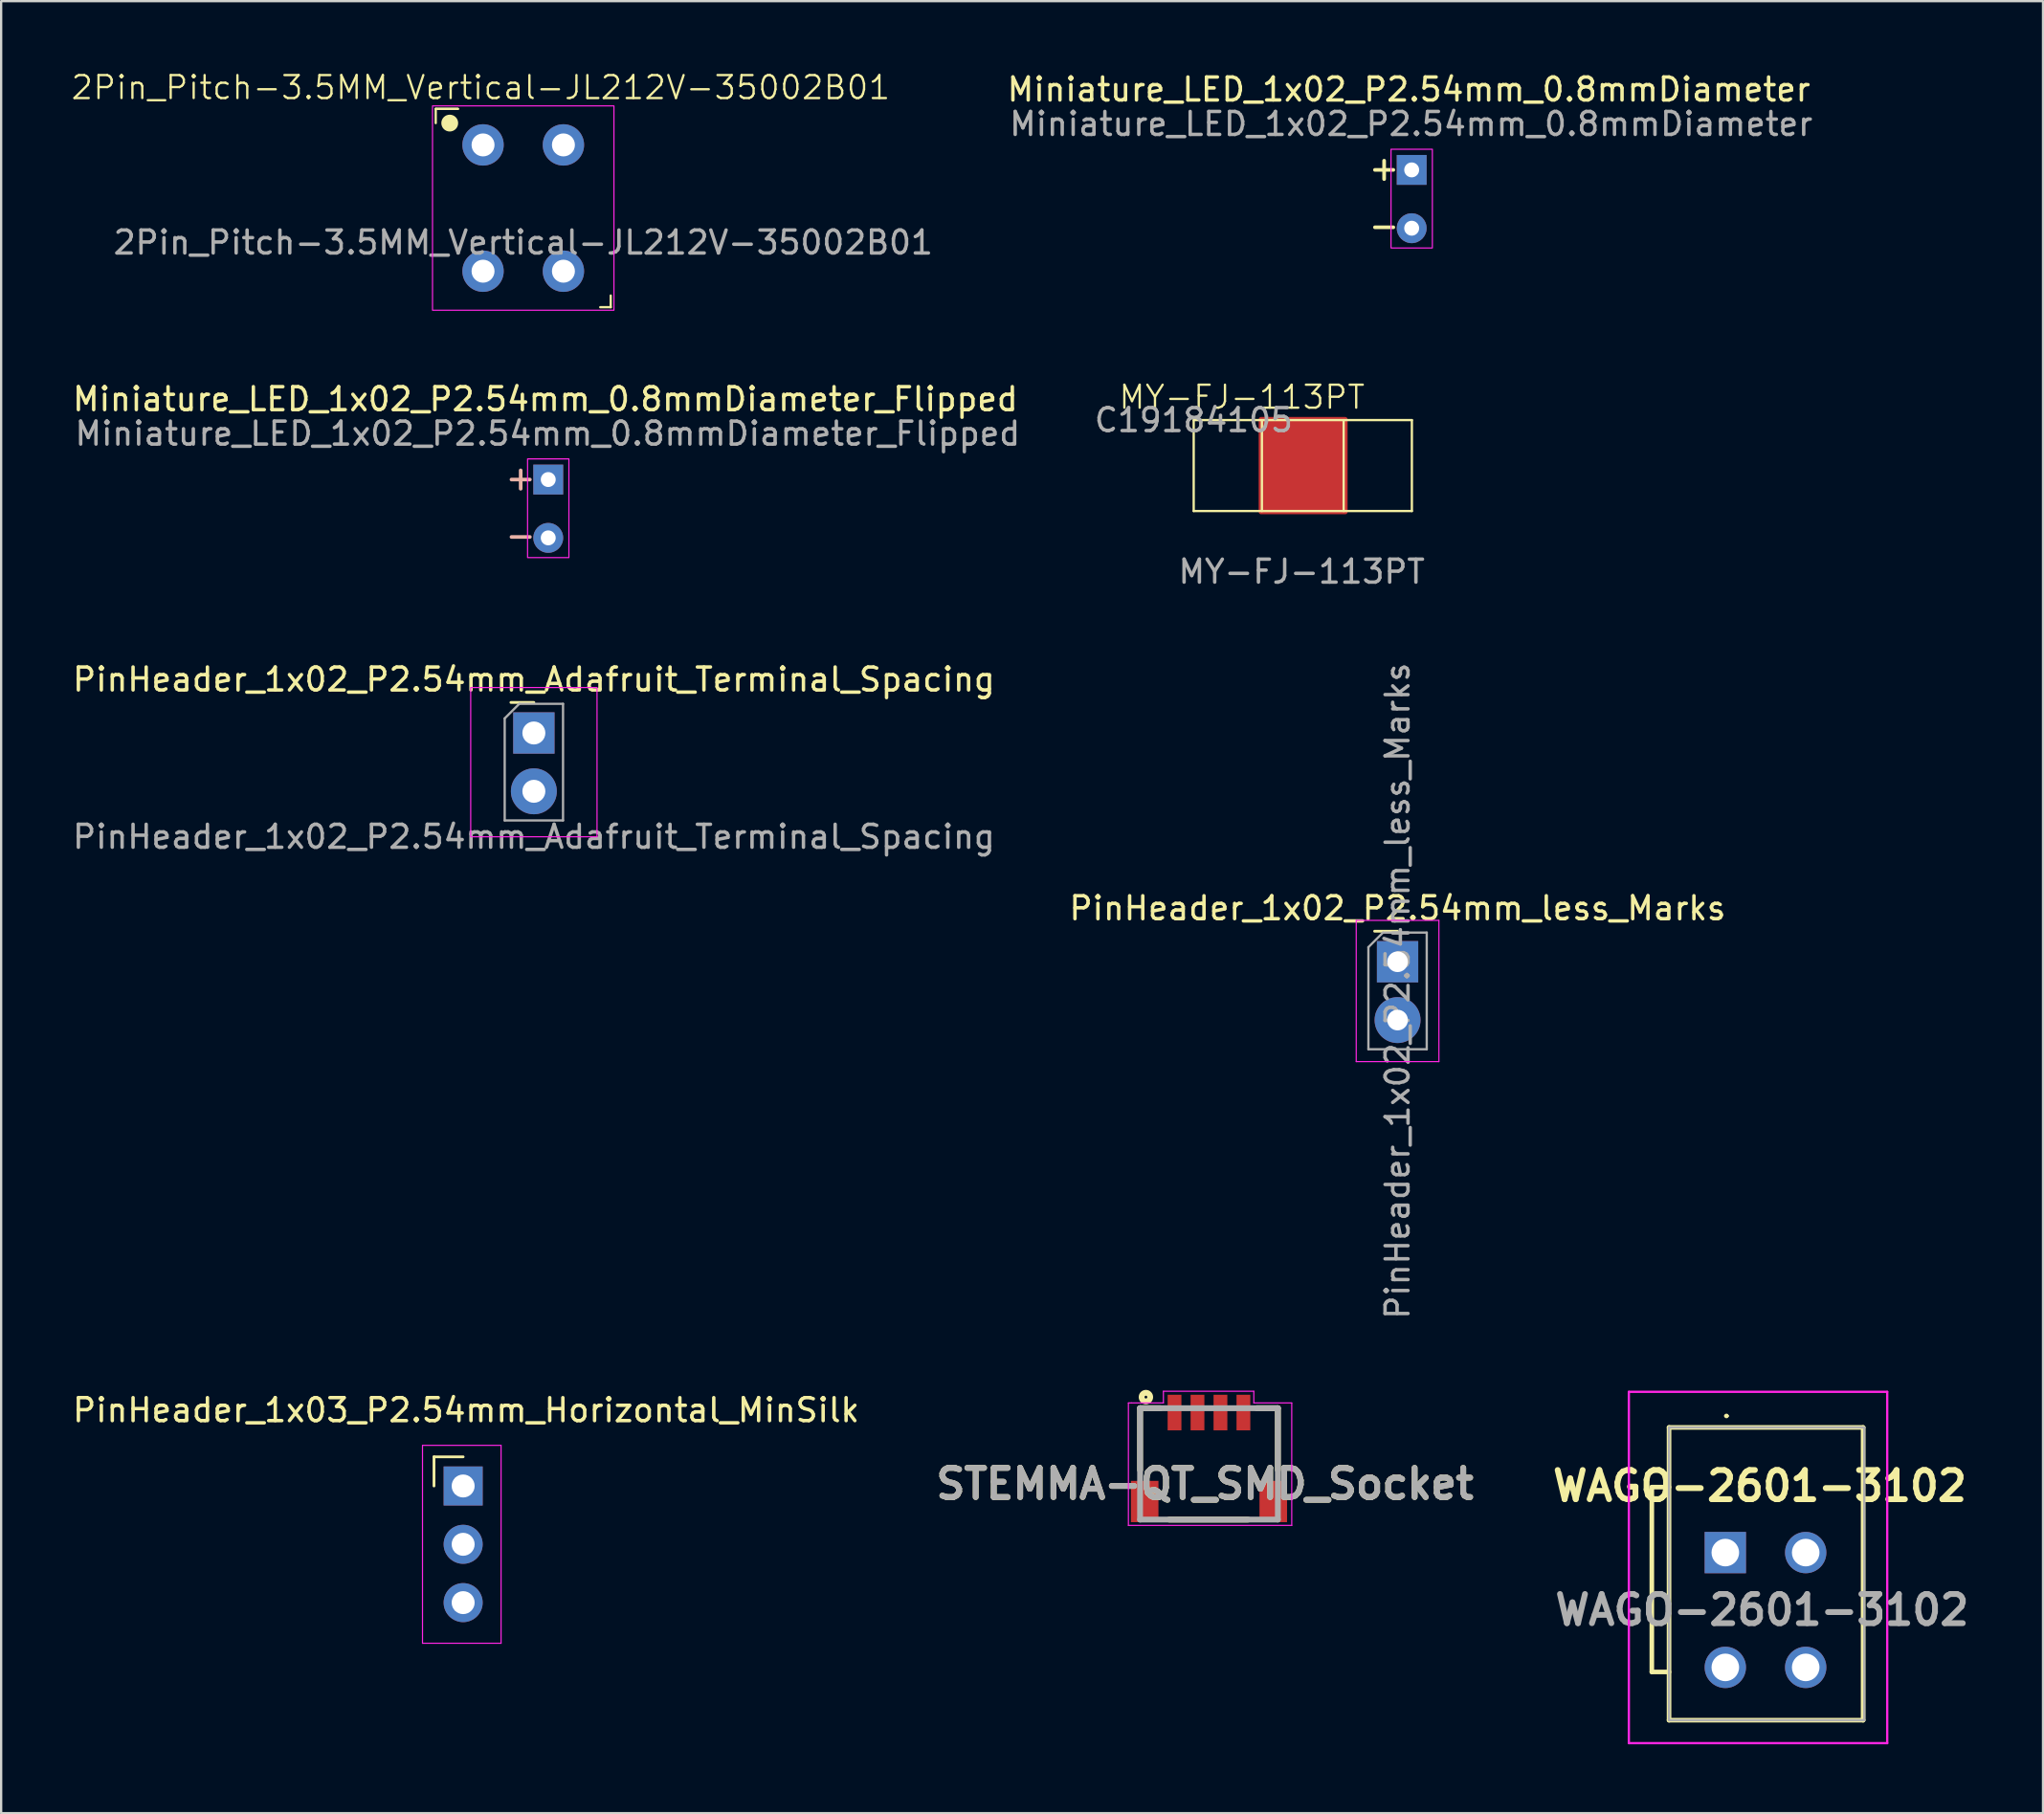
<source format=kicad_pcb>
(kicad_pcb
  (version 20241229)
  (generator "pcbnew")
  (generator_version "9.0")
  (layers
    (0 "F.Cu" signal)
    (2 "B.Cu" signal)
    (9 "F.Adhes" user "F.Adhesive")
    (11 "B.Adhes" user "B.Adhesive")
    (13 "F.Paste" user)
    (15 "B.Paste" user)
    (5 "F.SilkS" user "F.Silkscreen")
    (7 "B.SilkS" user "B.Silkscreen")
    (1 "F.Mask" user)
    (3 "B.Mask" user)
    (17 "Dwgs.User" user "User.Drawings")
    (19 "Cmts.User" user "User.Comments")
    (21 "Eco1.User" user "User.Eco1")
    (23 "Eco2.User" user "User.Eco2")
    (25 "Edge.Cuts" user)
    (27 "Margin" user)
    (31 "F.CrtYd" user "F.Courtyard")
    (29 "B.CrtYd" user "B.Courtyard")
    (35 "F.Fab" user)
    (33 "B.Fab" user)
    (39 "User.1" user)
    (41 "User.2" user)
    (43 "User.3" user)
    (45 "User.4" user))
  (footprint "PinHeader_1x02_P2.54mm_Adafruit_Terminal_Spacing"
    (layer "F.Cu")
    (at 20.196 28.872)
    (property "Reference" "PinHeader_1x02_P2.54mm_Adafruit_Terminal_Spacing" (at 0 -2.33 0) (layer "F.SilkS") (effects (font (size 1 1) (thickness 0.15))))
    (attr through_hole)
    (fp_line (start -1 -1.33) (end 0 -1.33) (stroke (width 0.12) (type solid)) (layer "F.SilkS"))
    (fp_rect (start -2.75 -1.98) (end 2.75 4.52) (stroke (width 0.05) (type default)) (fill no) (layer "F.CrtYd"))
    (fp_line (start -1.27 -0.635) (end -0.635 -1.27) (stroke (width 0.1) (type solid)) (layer "F.Fab"))
    (fp_line (start -1.27 3.81) (end -1.27 -0.635) (stroke (width 0.1) (type solid)) (layer "F.Fab"))
    (fp_line (start -0.635 -1.27) (end 1.27 -1.27) (stroke (width 0.1) (type solid)) (layer "F.Fab"))
    (fp_line (start 1.27 -1.27) (end 1.27 3.81) (stroke (width 0.1) (type solid)) (layer "F.Fab"))
    (fp_line (start 1.27 3.81) (end -1.27 3.81) (stroke (width 0.1) (type solid)) (layer "F.Fab"))
    (fp_text user "${REFERENCE}" (at 0 4.52 180) (layer "F.Fab") (effects (font (size 1 1) (thickness 0.15))))
    (pad "1" thru_hole rect (at 0 0) (size 1.8 1.8) (drill 1) (layers "*.Cu" "*.Mask"))
    (pad "2" thru_hole oval (at 0 2.54) (size 2 2) (drill 1) (layers "*.Cu" "*.Mask")))
  (footprint "WAGO-2601-3102"
    (layer "F.Cu")
    (at 72.075 69.566)
    (property "Reference" "WAGO-2601-3102" (at 1.5 -7.9 0) (layer "F.SilkS") (effects (font (size 1.27 1.27) (thickness 0.254))))
    (attr through_hole)
    (fp_line (start -3.2 -7.85) (end -3.2 0.2) (stroke (width 0.2) (type solid)) (layer "F.SilkS"))
    (fp_line (start -3.2 0.2) (end -2.45 0.2) (stroke (width 0.2) (type solid)) (layer "F.SilkS"))
    (fp_line (start -2.45 -10.45) (end 6 -10.45) (stroke (width 0.2) (type solid)) (layer "F.SilkS"))
    (fp_line (start -2.45 -7.85) (end -3.2 -7.85) (stroke (width 0.2) (type solid)) (layer "F.SilkS"))
    (fp_line (start -2.45 2.3) (end -2.45 -10.45) (stroke (width 0.2) (type solid)) (layer "F.SilkS"))
    (fp_line (start 0 -10.95) (end 0 -10.95) (stroke (width 0.1) (type solid)) (layer "F.SilkS"))
    (fp_line (start 0.1 -10.95) (end 0.1 -10.95) (stroke (width 0.1) (type solid)) (layer "F.SilkS"))
    (fp_line (start 6 -10.45) (end 6 2.3) (stroke (width 0.2) (type solid)) (layer "F.SilkS"))
    (fp_line (start 6 2.3) (end -2.45 2.3) (stroke (width 0.2) (type solid)) (layer "F.SilkS"))
    (fp_arc (start 0 -10.95) (mid 0.05 -11) (end 0.1 -10.95) (stroke (width 0.1) (type solid)) (layer "F.SilkS"))
    (fp_arc (start 0.1 -10.95) (mid 0.05 -10.9) (end 0 -10.95) (stroke (width 0.1) (type solid)) (layer "F.SilkS"))
    (fp_line (start -4.2 -12) (end 7.05 -12) (stroke (width 0.1) (type solid)) (layer "F.CrtYd"))
    (fp_line (start -4.2 3.3) (end -4.2 -12) (stroke (width 0.1) (type solid)) (layer "F.CrtYd"))
    (fp_line (start 7.05 -12) (end 7.05 3.3) (stroke (width 0.1) (type solid)) (layer "F.CrtYd"))
    (fp_line (start 7.05 3.3) (end -4.2 3.3) (stroke (width 0.1) (type solid)) (layer "F.CrtYd"))
    (fp_line (start -2.45 -10.45) (end 6.05 -10.45) (stroke (width 0.1) (type solid)) (layer "F.Fab"))
    (fp_line (start -2.45 2.3) (end -2.45 -10.45) (stroke (width 0.1) (type solid)) (layer "F.Fab"))
    (fp_line (start 6.05 -10.45) (end 6.05 2.3) (stroke (width 0.1) (type solid)) (layer "F.Fab"))
    (fp_line (start 6.05 2.3) (end -2.45 2.3) (stroke (width 0.1) (type solid)) (layer "F.Fab"))
    (fp_text user "${REFERENCE}" (at 1.6 -2.5 0) (layer "F.Fab") (effects (font (size 1.27 1.27) (thickness 0.254))))
    (pad "1" thru_hole rect (at 0 -5) (size 1.8 1.8) (drill 1.2) (layers "*.Cu" "*.Mask"))
    (pad "2" thru_hole circle (at 0 0) (size 1.8 1.8) (drill 1.2) (layers "*.Cu" "*.Mask"))
    (pad "3" thru_hole circle (at 3.5 -5) (size 1.8 1.8) (drill 1.2) (layers "*.Cu" "*.Mask"))
    (pad "4" thru_hole circle (at 3.5 0) (size 1.8 1.8) (drill 1.2) (layers "*.Cu" "*.Mask")))
  (footprint "PinHeader_1x03_P2.54mm_Horizontal_MinSilk"
    (layer "F.Cu")
    (at 17.117 61.666)
    (property "Reference" "PinHeader_1x03_P2.54mm_Horizontal_MinSilk" (at 0.127 -3.302 0) (layer "F.SilkS") (effects (font (size 1 1) (thickness 0.15))))
    (attr through_hole)
    (fp_line (start -1.27 -1.27) (end 0 -1.27) (stroke (width 0.12) (type solid)) (layer "F.SilkS"))
    (fp_line (start -1.27 0) (end -1.27 -1.27) (stroke (width 0.12) (type solid)) (layer "F.SilkS"))
    (fp_line (start -1.77 -1.77) (end -1.77 6.85) (stroke (width 0.05) (type solid)) (layer "F.CrtYd"))
    (fp_line (start -1.77 6.85) (end 1.651 6.85) (stroke (width 0.05) (type solid)) (layer "F.CrtYd"))
    (fp_line (start 1.651 -1.77) (end -1.77 -1.77) (stroke (width 0.05) (type solid)) (layer "F.CrtYd"))
    (fp_line (start 1.651 6.85) (end 1.651 -1.77) (stroke (width 0.05) (type solid)) (layer "F.CrtYd"))
    (fp_line (start -0.32 -0.32) (end -0.32 0.32) (stroke (width 0.1) (type solid)) (layer "F.Fab"))
    (fp_line (start -0.32 2.22) (end -0.32 2.86) (stroke (width 0.1) (type solid)) (layer "F.Fab"))
    (fp_line (start -0.32 4.76) (end -0.32 5.4) (stroke (width 0.1) (type solid)) (layer "F.Fab"))
    (pad "1" thru_hole rect (at 0 0) (size 1.7 1.7) (drill 1) (layers "*.Cu" "*.Mask"))
    (pad "2" thru_hole circle (at 0 2.54) (size 1.7 1.7) (drill 1) (layers "*.Cu" "*.Mask"))
    (pad "3" thru_hole circle (at 0 5.08) (size 1.7 1.7) (drill 1) (layers "*.Cu" "*.Mask")))
  (footprint "MY-FJ-113PT"
    (layer "F.Cu")
    (at 48.927 15.246)
    (property "Reference" "MY-FJ-113PT" (at 2.1 -1 0) (unlocked yes) (layer "F.SilkS") (effects (font (size 1 1) (thickness 0.1))))
    (property "JLC" "C19184105" (at 0 0 0) (layer "F.Fab") (effects (font (size 1 1) (thickness 0.15))))
    (attr through_hole)
    (fp_line (start 0 0) (end 0 3.96) (stroke (width 0.1) (type default)) (layer "F.SilkS"))
    (fp_line (start 0 3.96) (end 9.5 3.96) (stroke (width 0.1) (type default)) (layer "F.SilkS"))
    (fp_line (start 2.97 0) (end 2.97 3.96) (stroke (width 0.1) (type default)) (layer "F.SilkS"))
    (fp_line (start 6.53 0) (end 6.53 3.96) (stroke (width 0.1) (type default)) (layer "F.SilkS"))
    (fp_line (start 9.5 0) (end 0 0) (stroke (width 0.1) (type default)) (layer "F.SilkS"))
    (fp_line (start 9.5 3.96) (end 9.5 0) (stroke (width 0.1) (type default)) (layer "F.SilkS"))
    (fp_text user "${REFERENCE}" (at 4.7 6.6 0) (unlocked yes) (layer "F.Fab") (effects (font (size 1 1) (thickness 0.15))))
    (pad "1" smd custom (at 4.765 1.982) (size 1.27 1.27) (layers "F.Cu" "F.Mask" "F.Paste") (options (anchor circle)) (primitives (gr_poly (pts (xy -1.27 -0.445) (xy -1.255 -0.517) (xy -1.214 -0.579) (xy -1.152 -0.62) (xy -1.079 -0.635) (xy 1.079 -0.635) (xy 1.152 -0.62) (xy 1.214 -0.579) (xy 1.255 -0.517) (xy 1.27 -0.445) (xy 1.27 0.445) (xy 1.255 0.517) (xy 1.214 0.579) (xy 1.152 0.62) (xy 1.079 0.635) (xy -1.079 0.635) (xy -1.152 0.62) (xy -1.214 0.579) (xy -1.255 0.517) (xy -1.27 0.445)) (width 0) (fill yes)) (gr_rect (start -1.835 -2.018) (end 1.835 2.018) (width 0.2) (fill yes)))))
  (footprint "PinHeader_1x02_P2.54mm_less_Marks"
    (layer "F.Cu")
    (at 57.804 38.835)
    (property "Reference" "PinHeader_1x02_P2.54mm_less_Marks" (at 0 -2.33 0) (layer "F.SilkS") (effects (font (size 1 1) (thickness 0.15))))
    (attr through_hole)
    (fp_line (start -1 -1.33) (end 0 -1.33) (stroke (width 0.12) (type solid)) (layer "F.SilkS"))
    (fp_line (start -1.8 -1.8) (end -1.8 4.35) (stroke (width 0.05) (type solid)) (layer "F.CrtYd"))
    (fp_line (start -1.8 4.35) (end 1.8 4.35) (stroke (width 0.05) (type solid)) (layer "F.CrtYd"))
    (fp_line (start 1.8 -1.8) (end -1.8 -1.8) (stroke (width 0.05) (type solid)) (layer "F.CrtYd"))
    (fp_line (start 1.8 4.35) (end 1.8 -1.8) (stroke (width 0.05) (type solid)) (layer "F.CrtYd"))
    (fp_line (start -1.27 -0.635) (end -0.635 -1.27) (stroke (width 0.1) (type solid)) (layer "F.Fab"))
    (fp_line (start -1.27 3.81) (end -1.27 -0.635) (stroke (width 0.1) (type solid)) (layer "F.Fab"))
    (fp_line (start -0.635 -1.27) (end 1.27 -1.27) (stroke (width 0.1) (type solid)) (layer "F.Fab"))
    (fp_line (start 1.27 -1.27) (end 1.27 3.81) (stroke (width 0.1) (type solid)) (layer "F.Fab"))
    (fp_line (start 1.27 3.81) (end -1.27 3.81) (stroke (width 0.1) (type solid)) (layer "F.Fab"))
    (fp_text user "${REFERENCE}" (at 0 1.27 90) (layer "F.Fab") (effects (font (size 1 1) (thickness 0.15))))
    (pad "1" thru_hole rect (at 0 0) (size 1.8 1.8) (drill 0.9) (layers "*.Cu" "*.Mask"))
    (pad "2" thru_hole oval (at 0 2.54) (size 2 2) (drill 0.9) (layers "*.Cu" "*.Mask")))
  (footprint "Miniature_LED_1x02_P2.54mm_0.8mmDiameter_Flipped"
    (layer "F.Cu")
    (at 19.922 16.935)
    (property "Reference" "Miniature_LED_1x02_P2.54mm_0.8mmDiameter_Flipped" (at 0.774 -2.601 0) (layer "F.SilkS") (effects (font (size 1 1) (thickness 0.15))))
    (attr through_hole)
    (fp_line (start -0.3 0.5) (end -0.3 1.3) (stroke (width 0.16) (type solid)) (layer "B.SilkS"))
    (fp_line (start 0.1 0.9) (end -0.7 0.9) (stroke (width 0.16) (type solid)) (layer "B.SilkS"))
    (fp_line (start 0.1 3.4) (end -0.7 3.4) (stroke (width 0.16) (type solid)) (layer "B.SilkS"))
    (fp_rect (start 0 0) (end 1.8 4.3) (stroke (width 0.05) (type default)) (fill no) (layer "F.CrtYd"))
    (fp_text user "${REFERENCE}" (at 0.874 -1.101 180) (layer "F.Fab") (effects (font (size 1 1) (thickness 0.15))))
    (pad "1" thru_hole rect (at 0.9 0.9) (size 1.3 1.3) (drill 0.65) (layers "*.Cu" "*.Mask"))
    (pad "2" thru_hole oval (at 0.9 3.44) (size 1.3 1.3) (drill 0.65) (layers "*.Cu" "*.Mask")))
  (footprint "Miniature_LED_1x02_P2.54mm_0.8mmDiameter"
    (layer "F.Cu")
    (at 57.519 3.449)
    (property "Reference" "Miniature_LED_1x02_P2.54mm_0.8mmDiameter" (at 0.774 -2.601 0) (layer "F.SilkS") (effects (font (size 1 1) (thickness 0.15))))
    (attr through_hole)
    (fp_line (start -0.3 0.5) (end -0.3 1.3) (stroke (width 0.16) (type solid)) (layer "F.SilkS"))
    (fp_line (start 0.1 0.9) (end -0.7 0.9) (stroke (width 0.16) (type solid)) (layer "F.SilkS"))
    (fp_line (start 0.1 3.4) (end -0.7 3.4) (stroke (width 0.16) (type solid)) (layer "F.SilkS"))
    (fp_rect (start 0 0) (end 1.8 4.3) (stroke (width 0.05) (type default)) (fill no) (layer "F.CrtYd"))
    (fp_text user "${REFERENCE}" (at 0.874 -1.101 180) (layer "F.Fab") (effects (font (size 1 1) (thickness 0.15))))
    (pad "1" thru_hole rect (at 0.9 0.9) (size 1.3 1.3) (drill 0.65) (layers "*.Cu" "*.Mask"))
    (pad "2" thru_hole oval (at 0.9 3.44) (size 1.3 1.3) (drill 0.65) (layers "*.Cu" "*.Mask")))
  (footprint "STEMMA-QT_SMD_Socket"
    (layer "F.Cu")
    (at 46.592 63.129)
    (property "Reference" "STEMMA-QT_SMD_Socket" (at 2.822 -1.556 0) (layer "F.SilkS") (effects (font (size 1.27 1.27) (thickness 0.254))))
    (attr smd)
    (fp_line (start 0 -4.85) (end 0 -2.159) (stroke (width 0.254) (type solid)) (layer "F.SilkS"))
    (fp_line (start 0 -4.85) (end 0.889 -4.85) (stroke (width 0.254) (type solid)) (layer "F.SilkS"))
    (fp_line (start 1.27 0) (end 4.699 0) (stroke (width 0.254) (type solid)) (layer "F.SilkS"))
    (fp_line (start 6 -4.85) (end 5.08 -4.85) (stroke (width 0.254) (type solid)) (layer "F.SilkS"))
    (fp_line (start 6 -4.85) (end 6 -2.159) (stroke (width 0.254) (type solid)) (layer "F.SilkS"))
    (fp_circle (center 0.254 -5.334) (end 0.254 -5.274) (stroke (width 0.254) (type solid)) (fill no) (layer "F.SilkS"))
    (fp_line (start -0.508 -5.08) (end -0.508 0.254) (stroke (width 0.05) (type default)) (layer "F.CrtYd"))
    (fp_line (start -0.508 0.254) (end 6.604 0.254) (stroke (width 0.05) (type default)) (layer "F.CrtYd"))
    (fp_line (start -0.381 -5.08) (end -0.508 -5.08) (stroke (width 0.05) (type default)) (layer "F.CrtYd"))
    (fp_line (start 1.016 -5.588) (end 1.016 -5.08) (stroke (width 0.05) (type default)) (layer "F.CrtYd"))
    (fp_line (start 1.016 -5.08) (end -0.381 -5.08) (stroke (width 0.05) (type default)) (layer "F.CrtYd"))
    (fp_line (start 4.953 -5.588) (end 1.016 -5.588) (stroke (width 0.05) (type default)) (layer "F.CrtYd"))
    (fp_line (start 4.953 -5.08) (end 4.953 -5.588) (stroke (width 0.05) (type default)) (layer "F.CrtYd"))
    (fp_line (start 6.604 -5.08) (end 4.953 -5.08) (stroke (width 0.05) (type default)) (layer "F.CrtYd"))
    (fp_line (start 6.604 0.254) (end 6.604 -5.08) (stroke (width 0.05) (type default)) (layer "F.CrtYd"))
    (fp_line (start 0 -4.85) (end 6 -4.85) (stroke (width 0.254) (type solid)) (layer "F.Fab"))
    (fp_line (start 0 0) (end 0 -4.85) (stroke (width 0.254) (type solid)) (layer "F.Fab"))
    (fp_line (start 6 -4.85) (end 6 0) (stroke (width 0.254) (type solid)) (layer "F.Fab"))
    (fp_line (start 6 0) (end 0 0) (stroke (width 0.254) (type solid)) (layer "F.Fab"))
    (fp_text user "${REFERENCE}" (at 2.822 -1.556 0) (layer "F.Fab") (effects (font (size 1.27 1.27) (thickness 0.254))))
    (pad "1" smd rect (at 1.5 -4.661) (size 0.6 1.55) (layers "F.Cu" "F.Mask" "F.Paste"))
    (pad "2" smd rect (at 2.5 -4.661) (size 0.6 1.55) (layers "F.Cu" "F.Mask" "F.Paste"))
    (pad "3" smd rect (at 3.5 -4.661) (size 0.6 1.55) (layers "F.Cu" "F.Mask" "F.Paste"))
    (pad "4" smd rect (at 4.5 -4.661) (size 0.6 1.55) (layers "F.Cu" "F.Mask" "F.Paste"))
    (pad "5" smd rect (at 0.2 -0.786) (size 1.2 1.8) (layers "F.Cu" "F.Mask" "F.Paste"))
    (pad "6" smd rect (at 5.8 -0.786) (size 1.2 1.8) (layers "F.Cu" "F.Mask" "F.Paste")))
  (footprint "2Pin_Pitch-3.5MM_Vertical-JL212V-35002B01"
    (layer "F.Cu")
    (at 19.733 6.011)
    (property "Reference" "2Pin_Pitch-3.5MM_Vertical-JL212V-35002B01" (at -1.85 -5.25 0) (unlocked yes) (layer "F.SilkS") (effects (font (size 1 1) (thickness 0.1))))
    (attr through_hole)
    (fp_line (start -3.81 -4.318) (end -3.81 -3.7) (stroke (width 0.1) (type default)) (layer "F.SilkS"))
    (fp_line (start -3.81 -4.318) (end -2.845 -4.318) (stroke (width 0.1) (type default)) (layer "F.SilkS"))
    (fp_line (start -2.845 -4.318) (end -3.81 -4.318) (stroke (width 0.1) (type default)) (layer "F.SilkS"))
    (fp_line (start 3.81 3.81) (end 3.81 4.318) (stroke (width 0.1) (type default)) (layer "F.SilkS"))
    (fp_line (start 3.81 4.318) (end 3.353 4.318) (stroke (width 0.1) (type default)) (layer "F.SilkS"))
    (fp_circle (center -3.2 -3.7) (end -3.5 -3.8) (stroke (width 0.1) (type solid)) (fill yes) (layer "F.SilkS"))
    (fp_rect (start -3.95 -4.45) (end 3.95 4.45) (stroke (width 0.05) (type default)) (fill no) (layer "F.CrtYd"))
    (fp_text user "${REFERENCE}" (at 0 1.5 0) (unlocked yes) (layer "F.Fab") (effects (font (size 1 1) (thickness 0.15))))
    (pad "1" thru_hole circle (at -1.75 -2.75) (size 1.8 1.8) (drill 1) (layers "*.Cu" "*.Mask"))
    (pad "1" thru_hole circle (at -1.75 2.75) (size 1.8 1.8) (drill 1) (layers "*.Cu" "*.Mask"))
    (pad "2" thru_hole circle (at 1.75 -2.75) (size 1.8 1.8) (drill 1) (layers "*.Cu" "*.Mask"))
    (pad "2" thru_hole circle (at 1.75 2.75) (size 1.8 1.8) (drill 1) (layers "*.Cu" "*.Mask")))
  (gr_rect
    (start -3 -3)
    (end 85.909 75.916)
    (stroke (width 0.1) (type default))
    (fill no)
    (layer "Edge.Cuts")))
</source>
